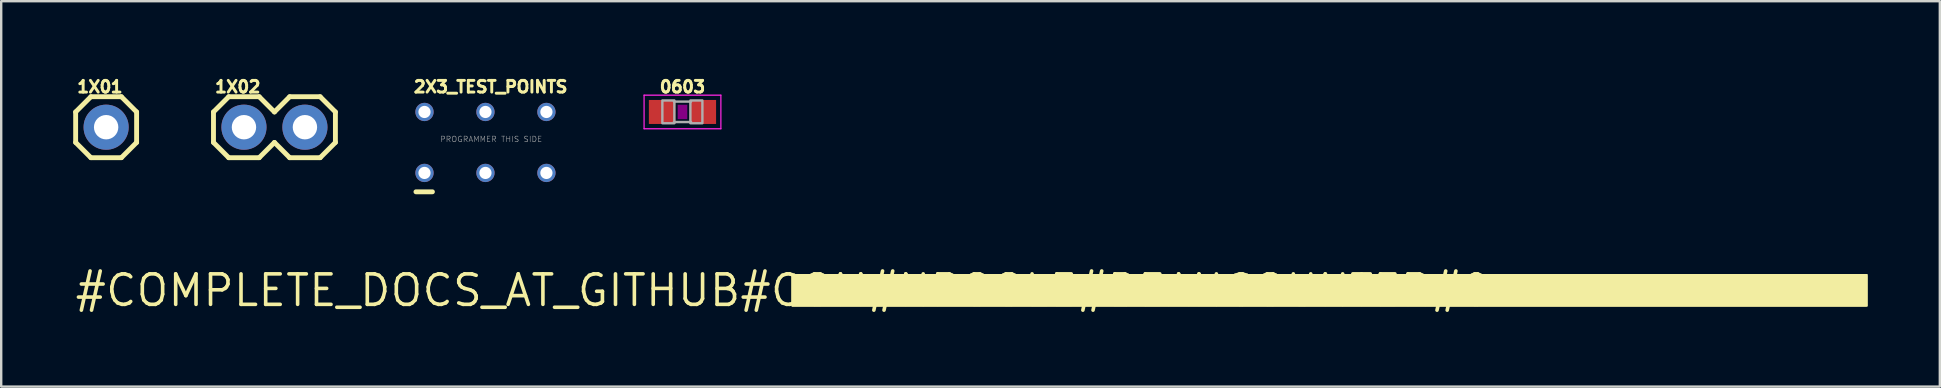
<source format=kicad_pcb>
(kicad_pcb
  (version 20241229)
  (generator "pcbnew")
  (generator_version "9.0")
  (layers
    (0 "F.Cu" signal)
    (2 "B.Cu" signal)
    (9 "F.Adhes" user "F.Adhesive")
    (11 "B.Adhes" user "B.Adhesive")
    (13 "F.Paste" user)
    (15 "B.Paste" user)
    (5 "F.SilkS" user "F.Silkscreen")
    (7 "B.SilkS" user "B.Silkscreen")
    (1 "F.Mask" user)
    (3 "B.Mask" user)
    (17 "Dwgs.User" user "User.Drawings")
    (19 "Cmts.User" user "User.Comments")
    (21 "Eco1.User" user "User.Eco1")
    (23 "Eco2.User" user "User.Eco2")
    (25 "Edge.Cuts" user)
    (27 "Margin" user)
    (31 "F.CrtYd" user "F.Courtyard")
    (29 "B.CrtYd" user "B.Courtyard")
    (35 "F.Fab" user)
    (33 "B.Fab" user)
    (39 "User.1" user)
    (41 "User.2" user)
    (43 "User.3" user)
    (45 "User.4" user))
  (footprint "1X02"
    (layer "F.Cu")
    (at 7.115 2.25)
    (property "Reference" "1X02" (at -1.27 -1.397 0) (layer "F.SilkS") (effects (font (size 0.488 0.488) (thickness 0.122)) (justify left bottom)))
    (fp_line (start -1.27 -0.635) (end -1.27 0.635) (stroke (width 0.203) (type solid)) (layer "F.SilkS"))
    (fp_line (start -1.27 0.635) (end -0.635 1.27) (stroke (width 0.203) (type solid)) (layer "F.SilkS"))
    (fp_line (start -0.635 -1.27) (end -1.27 -0.635) (stroke (width 0.203) (type solid)) (layer "F.SilkS"))
    (fp_line (start -0.635 -1.27) (end 0.635 -1.27) (stroke (width 0.203) (type solid)) (layer "F.SilkS"))
    (fp_line (start 0.635 -1.27) (end 1.27 -0.635) (stroke (width 0.203) (type solid)) (layer "F.SilkS"))
    (fp_line (start 0.635 1.27) (end -0.635 1.27) (stroke (width 0.203) (type solid)) (layer "F.SilkS"))
    (fp_line (start 1.27 -0.635) (end 1.905 -1.27) (stroke (width 0.203) (type solid)) (layer "F.SilkS"))
    (fp_line (start 1.27 0.635) (end 0.635 1.27) (stroke (width 0.203) (type solid)) (layer "F.SilkS"))
    (fp_line (start 1.905 -1.27) (end 3.175 -1.27) (stroke (width 0.203) (type solid)) (layer "F.SilkS"))
    (fp_line (start 1.905 1.27) (end 1.27 0.635) (stroke (width 0.203) (type solid)) (layer "F.SilkS"))
    (fp_line (start 3.175 -1.27) (end 3.81 -0.635) (stroke (width 0.203) (type solid)) (layer "F.SilkS"))
    (fp_line (start 3.175 1.27) (end 1.905 1.27) (stroke (width 0.203) (type solid)) (layer "F.SilkS"))
    (fp_line (start 3.81 -0.635) (end 3.81 0.635) (stroke (width 0.203) (type solid)) (layer "F.SilkS"))
    (fp_line (start 3.81 0.635) (end 3.175 1.27) (stroke (width 0.203) (type solid)) (layer "F.SilkS"))
    (fp_poly (pts (xy -0.254 0.254) (xy 0.254 0.254) (xy 0.254 -0.254) (xy -0.254 -0.254)) (stroke (width 0.1) (type solid)) (fill no) (layer "F.Fab"))
    (fp_poly (pts (xy 2.286 0.254) (xy 2.794 0.254) (xy 2.794 -0.254) (xy 2.286 -0.254)) (stroke (width 0.1) (type solid)) (fill no) (layer "F.Fab"))
    (pad "1" thru_hole circle (at 0 0 90) (size 1.88 1.88) (drill 1.016) (layers "*.Cu" "*.Mask"))
    (pad "2" thru_hole circle (at 2.54 0 90) (size 1.88 1.88) (drill 1.016) (layers "*.Cu" "*.Mask")))
  (footprint "0603"
    (layer "F.Cu")
    (at 25.386 1.615)
    (property "Reference" "0603" (at 0 -0.762 0) (layer "F.SilkS") (effects (font (size 0.488 0.488) (thickness 0.122)) (justify bottom)))
    (fp_poly (pts (xy -0.2 0.3) (xy 0.2 0.3) (xy 0.2 -0.3) (xy -0.2 -0.3)) (stroke (width 0) (type solid)) (fill yes) (layer "F.Adhes"))
    (fp_line (start -1.6 -0.7) (end 1.6 -0.7) (stroke (width 0.051) (type solid)) (layer "F.CrtYd"))
    (fp_line (start -1.6 0.7) (end -1.6 -0.7) (stroke (width 0.051) (type solid)) (layer "F.CrtYd"))
    (fp_line (start 1.6 -0.7) (end 1.6 0.7) (stroke (width 0.051) (type solid)) (layer "F.CrtYd"))
    (fp_line (start 1.6 0.7) (end -1.6 0.7) (stroke (width 0.051) (type solid)) (layer "F.CrtYd"))
    (fp_line (start -0.356 -0.432) (end 0.356 -0.432) (stroke (width 0.102) (type solid)) (layer "F.Fab"))
    (fp_line (start -0.356 0.419) (end 0.356 0.419) (stroke (width 0.102) (type solid)) (layer "F.Fab"))
    (fp_poly (pts (xy -0.838 0.47) (xy -0.338 0.47) (xy -0.338 -0.48) (xy -0.838 -0.48)) (stroke (width 0.1) (type solid)) (fill no) (layer "F.Fab"))
    (fp_poly (pts (xy 0.33 0.47) (xy 0.83 0.47) (xy 0.83 -0.48) (xy 0.33 -0.48)) (stroke (width 0.1) (type solid)) (fill no) (layer "F.Fab"))
    (pad "1" smd rect (at -0.85 0) (size 1.1 1) (layers "F.Cu" "F.Mask" "F.Paste"))
    (pad "2" smd rect (at 0.85 0) (size 1.1 1) (layers "F.Cu" "F.Mask" "F.Paste")))
  (footprint "2X3_TEST_POINTS"
    (layer "F.Cu")
    (at 17.177 2.885)
    (property "Reference" "2X3_TEST_POINTS" (at -3.048 -2.032 0) (layer "F.SilkS") (effects (font (size 0.488 0.488) (thickness 0.122)) (justify left bottom)))
    (fp_circle (center -2.54 -1.27) (end -2.235 -1.27) (stroke (width 0.611) (type solid)) (fill yes) (layer "F.Mask"))
    (fp_circle (center -2.54 1.27) (end -2.235 1.27) (stroke (width 0.611) (type solid)) (fill yes) (layer "F.Mask"))
    (fp_circle (center 0 -1.27) (end 0.305 -1.27) (stroke (width 0.611) (type solid)) (fill yes) (layer "F.Mask"))
    (fp_circle (center 0 1.27) (end 0.305 1.27) (stroke (width 0.611) (type solid)) (fill yes) (layer "F.Mask"))
    (fp_circle (center 2.54 -1.27) (end 2.845 -1.27) (stroke (width 0.611) (type solid)) (fill yes) (layer "F.Mask"))
    (fp_circle (center 2.54 1.27) (end 2.845 1.27) (stroke (width 0.611) (type solid)) (fill yes) (layer "F.Mask"))
    (fp_line (start -2.896 2.057) (end -2.21 2.057) (stroke (width 0.203) (type solid)) (layer "F.SilkS"))
    (fp_text user "PROGRAMMER THIS SIDE" (at -1.905 0 0) (layer "F.Fab") (effects (font (size 0.234 0.234) (thickness 0.02)) (justify left bottom)))
    (pad "1" thru_hole circle (at -2.54 1.27) (size 0.762 0.762) (drill 0.508) (layers "*.Cu"))
    (pad "2" thru_hole circle (at -2.54 -1.27) (size 0.762 0.762) (drill 0.508) (layers "*.Cu"))
    (pad "3" thru_hole circle (at 0 1.27) (size 0.762 0.762) (drill 0.508) (layers "*.Cu"))
    (pad "4" thru_hole circle (at 0 -1.27) (size 0.762 0.762) (drill 0.508) (layers "*.Cu"))
    (pad "5" thru_hole circle (at 2.54 1.27) (size 0.762 0.762) (drill 0.508) (layers "*.Cu"))
    (pad "6" thru_hole circle (at 2.54 -1.27) (size 0.762 0.762) (drill 0.508) (layers "*.Cu")))
  (footprint "#COMPLETE_DOCS_AT_GITHUB#COM#NPOOLE#BEANCOUNTER#0"
    (layer "F.Cu")
    (at 29.58 9.051)
    (property "Reference" "#COMPLETE_DOCS_AT_GITHUB#COM#NPOOLE#BEANCOUNTER#0" (at 0 0 0) (layer "F.SilkS") (effects (font (size 1.27 1.27) (thickness 0.15))))
    (fp_poly (pts (xy 14.246 0.04) (xy 14.223 0.075) (xy 14.072 0.075) (xy 14.136 -0.064) (xy 14.182 -0.087)) (stroke (width 0) (type solid)) (fill yes) (layer "F.SilkS"))
    (fp_poly (pts (xy 35.975 0.029) (xy 35.964 0.075) (xy 35.824 0.075) (xy 35.835 0.008) (xy 35.9 -0.121)) (stroke (width 0) (type solid)) (fill yes) (layer "F.SilkS"))
    (fp_poly (pts (xy 45.195 -0.62) (xy 45.195 0.663) (xy 45.141 0.685) (xy 0.367 0.685) (xy 0.335 0.642) (xy 0.335 -0.652) (xy 0.378 -0.685) (xy 45.184 -0.685)) (stroke (width 0) (type solid)) (fill yes) (layer "F.SilkS"))
    (fp_poly (pts (xy 4.583 -0.234) (xy 4.635 -0.182) (xy 4.635 -0.109) (xy 4.604 -0.046) (xy 4.501 -0.015) (xy 4.355 -0.015) (xy 4.355 -0.212) (xy 4.388 -0.255) (xy 4.521 -0.255)) (stroke (width 0) (type solid)) (fill yes) (layer "F.SilkS"))
    (fp_poly (pts (xy 28.124 -0.224) (xy 28.155 -0.171) (xy 28.155 -0.088) (xy 28.113 -0.036) (xy 28.082 -0.015) (xy 27.875 -0.015) (xy 27.875 -0.233) (xy 27.919 -0.255) (xy 28.061 -0.255)) (stroke (width 0) (type solid)) (fill yes) (layer "F.SilkS"))
    (fp_poly (pts (xy 44.382 -0.255) (xy 44.444 -0.224) (xy 44.475 -0.161) (xy 44.465 -0.088) (xy 44.412 -0.035) (xy 44.34 -0.025) (xy 44.208 -0.025) (xy 44.185 -0.048) (xy 44.185 -0.254) (xy 44.25 -0.265) (xy 44.32 -0.265)) (stroke (width 0) (type solid)) (fill yes) (layer "F.SilkS"))
    (fp_poly (pts (xy 9.752 -0.235) (xy 9.803 -0.194) (xy 9.854 -0.143) (xy 9.885 -0.082) (xy 9.895 -0.01) (xy 9.885 0.051) (xy 9.865 0.122) (xy 9.824 0.173) (xy 9.773 0.225) (xy 9.681 0.245) (xy 9.547 0.245) (xy 9.515 0.202) (xy 9.515 -0.212) (xy 9.547 -0.255) (xy 9.681 -0.255)) (stroke (width 0) (type solid)) (fill yes) (layer "F.SilkS"))
    (fp_poly (pts (xy 21.433 -0.245) (xy 21.465 -0.202) (xy 21.465 -0.126) (xy 21.391 -0.115) (xy 21.324 -0.096) (xy 21.305 -0.049) (xy 21.305 0.027) (xy 21.352 0.055) (xy 21.421 0.065) (xy 21.485 0.086) (xy 21.485 0.213) (xy 21.431 0.245) (xy 21.217 0.245) (xy 21.195 0.201) (xy 21.195 -0.211) (xy 21.217 -0.255) (xy 21.36 -0.255)) (stroke (width 0) (type solid)) (fill yes) (layer "F.SilkS"))
    (fp_poly (pts (xy 34.023 -0.245) (xy 34.055 -0.181) (xy 34.044 -0.126) (xy 33.961 -0.105) (xy 33.904 -0.096) (xy 33.885 -0.039) (xy 33.895 0.036) (xy 33.941 0.055) (xy 34.022 0.065) (xy 34.075 0.097) (xy 34.065 0.224) (xy 34.001 0.245) (xy 33.796 0.245) (xy 33.785 0.19) (xy 33.785 -0.222) (xy 33.818 -0.255) (xy 33.95 -0.255)) (stroke (width 0) (type solid)) (fill yes) (layer "F.SilkS"))
    (fp_poly (pts (xy 23.912 -0.265) (xy 23.973 -0.234) (xy 24.024 -0.193) (xy 24.065 -0.132) (xy 24.085 -0.071) (xy 24.095 0.000348) (xy 24.075 0.071) (xy 24.054 0.133) (xy 24.003 0.184) (xy 23.952 0.225) (xy 23.881 0.245) (xy 23.819 0.245) (xy 23.758 0.225) (xy 23.697 0.194) (xy 23.646 0.143) (xy 23.605 0.071) (xy 23.605 -0.071) (xy 23.625 -0.132) (xy 23.666 -0.193) (xy 23.717 -0.234) (xy 23.778 -0.265) (xy 23.85 -0.275)) (stroke (width 0) (type solid)) (fill yes) (layer "F.SilkS"))
    (fp_poly (pts (xy 29.101 -0.265) (xy 29.163 -0.244) (xy 29.214 -0.193) (xy 29.254 -0.142) (xy 29.275 -0.081) (xy 29.285 -0.01) (xy 29.275 0.061) (xy 29.254 0.122) (xy 29.214 0.174) (xy 29.152 0.224) (xy 29.091 0.245) (xy 29.02 0.245) (xy 28.958 0.235) (xy 28.897 0.204) (xy 28.846 0.153) (xy 28.795 0.082) (xy 28.795 -0.061) (xy 28.815 -0.122) (xy 28.856 -0.183) (xy 28.907 -0.234) (xy 28.968 -0.265) (xy 29.03 -0.275)) (stroke (width 0) (type solid)) (fill yes) (layer "F.SilkS"))
    (fp_poly (pts (xy 39.192 -0.265) (xy 39.253 -0.234) (xy 39.314 -0.193) (xy 39.345 -0.132) (xy 39.365 -0.071) (xy 39.375 0.01) (xy 39.365 0.082) (xy 39.334 0.133) (xy 39.283 0.184) (xy 39.232 0.225) (xy 39.161 0.245) (xy 39.099 0.245) (xy 39.028 0.225) (xy 38.977 0.194) (xy 38.926 0.143) (xy 38.885 0.071) (xy 38.885 -0.071) (xy 38.905 -0.142) (xy 38.946 -0.194) (xy 38.997 -0.234) (xy 39.058 -0.265) (xy 39.13 -0.275)) (stroke (width 0) (type solid)) (fill yes) (layer "F.SilkS"))
    (fp_poly (pts (xy 2.292 -0.255) (xy 2.353 -0.224) (xy 2.404 -0.173) (xy 2.435 -0.112) (xy 2.445 -0.04) (xy 2.445 0.03) (xy 2.435 0.102) (xy 2.394 0.153) (xy 2.343 0.204) (xy 2.282 0.235) (xy 2.22 0.245) (xy 2.149 0.245) (xy 2.087 0.214) (xy 2.037 0.174) (xy 1.986 0.123) (xy 1.955 0.041) (xy 1.955 -0.031) (xy 1.975 -0.101) (xy 1.996 -0.163) (xy 2.047 -0.214) (xy 2.098 -0.254) (xy 2.159 -0.275) (xy 2.231 -0.275)) (stroke (width 0) (type solid)) (fill yes) (layer "F.SilkS"))
    (fp_poly (pts (xy 10.862 -0.255) (xy 10.923 -0.224) (xy 10.974 -0.173) (xy 11.005 -0.112) (xy 11.015 -0.05) (xy 11.015 0.031) (xy 10.995 0.102) (xy 10.964 0.153) (xy 10.913 0.204) (xy 10.852 0.235) (xy 10.79 0.245) (xy 10.719 0.245) (xy 10.657 0.214) (xy 10.607 0.174) (xy 10.556 0.123) (xy 10.525 0.041) (xy 10.525 -0.02) (xy 10.535 -0.092) (xy 10.566 -0.153) (xy 10.606 -0.204) (xy 10.668 -0.254) (xy 10.729 -0.275) (xy 10.801 -0.275)) (stroke (width 0) (type solid)) (fill yes) (layer "F.SilkS"))
    (fp_poly (pts (xy 30.252 -0.265) (xy 30.313 -0.234) (xy 30.364 -0.194) (xy 30.405 -0.142) (xy 30.425 -0.071) (xy 30.435 0) (xy 30.425 0.072) (xy 30.394 0.133) (xy 30.353 0.184) (xy 30.292 0.225) (xy 30.231 0.245) (xy 30.16 0.245) (xy 30.098 0.235) (xy 30.037 0.194) (xy 29.986 0.143) (xy 29.935 0.072) (xy 29.935 -0.000355) (xy 29.945 -0.071) (xy 29.965 -0.132) (xy 29.996 -0.183) (xy 30.057 -0.234) (xy 30.118 -0.265) (xy 30.18 -0.275)) (stroke (width 0) (type solid)) (fill yes) (layer "F.SilkS")))
  (footprint "1X01"
    (layer "F.Cu")
    (at 1.372 2.25)
    (property "Reference" "1X01" (at -1.27 -1.397 0) (layer "F.SilkS") (effects (font (size 0.488 0.488) (thickness 0.122)) (justify left bottom)))
    (fp_line (start -1.27 -0.635) (end -1.27 0.635) (stroke (width 0.203) (type solid)) (layer "F.SilkS"))
    (fp_line (start -1.27 0.635) (end -0.635 1.27) (stroke (width 0.203) (type solid)) (layer "F.SilkS"))
    (fp_line (start -0.635 -1.27) (end -1.27 -0.635) (stroke (width 0.203) (type solid)) (layer "F.SilkS"))
    (fp_line (start -0.635 1.27) (end 0.635 1.27) (stroke (width 0.203) (type solid)) (layer "F.SilkS"))
    (fp_line (start 0.635 -1.27) (end -0.635 -1.27) (stroke (width 0.203) (type solid)) (layer "F.SilkS"))
    (fp_line (start 0.635 1.27) (end 1.27 0.635) (stroke (width 0.203) (type solid)) (layer "F.SilkS"))
    (fp_line (start 1.27 -0.635) (end 0.635 -1.27) (stroke (width 0.203) (type solid)) (layer "F.SilkS"))
    (fp_line (start 1.27 0.635) (end 1.27 -0.635) (stroke (width 0.203) (type solid)) (layer "F.SilkS"))
    (fp_poly (pts (xy -0.254 0.254) (xy 0.254 0.254) (xy 0.254 -0.254) (xy -0.254 -0.254)) (stroke (width 0.1) (type solid)) (fill no) (layer "F.Fab"))
    (pad "1" thru_hole circle (at 0 0 90) (size 1.88 1.88) (drill 1.016) (layers "*.Cu" "*.Mask")))
  (gr_rect
    (start -3 -3)
    (end 77.775 13.057)
    (stroke (width 0.1) (type default))
    (fill no)
    (layer "Edge.Cuts")))
</source>
